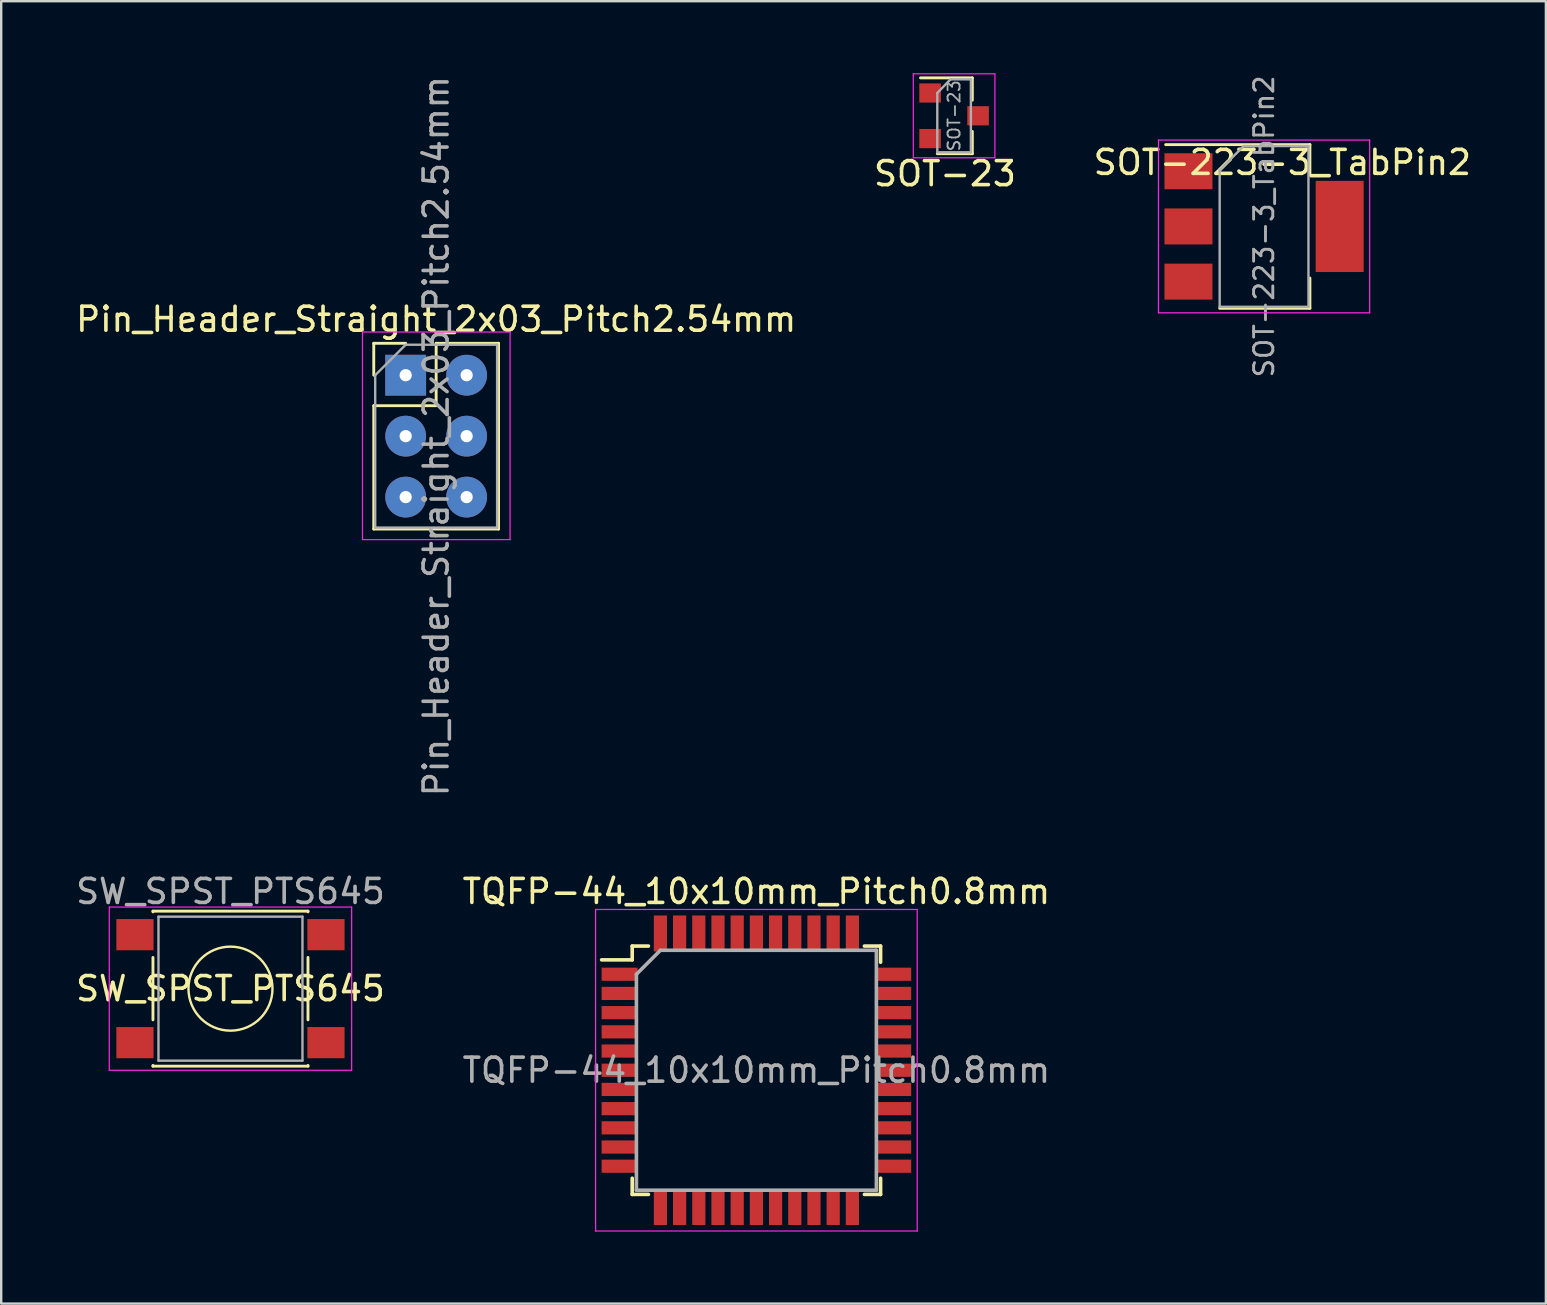
<source format=kicad_pcb>
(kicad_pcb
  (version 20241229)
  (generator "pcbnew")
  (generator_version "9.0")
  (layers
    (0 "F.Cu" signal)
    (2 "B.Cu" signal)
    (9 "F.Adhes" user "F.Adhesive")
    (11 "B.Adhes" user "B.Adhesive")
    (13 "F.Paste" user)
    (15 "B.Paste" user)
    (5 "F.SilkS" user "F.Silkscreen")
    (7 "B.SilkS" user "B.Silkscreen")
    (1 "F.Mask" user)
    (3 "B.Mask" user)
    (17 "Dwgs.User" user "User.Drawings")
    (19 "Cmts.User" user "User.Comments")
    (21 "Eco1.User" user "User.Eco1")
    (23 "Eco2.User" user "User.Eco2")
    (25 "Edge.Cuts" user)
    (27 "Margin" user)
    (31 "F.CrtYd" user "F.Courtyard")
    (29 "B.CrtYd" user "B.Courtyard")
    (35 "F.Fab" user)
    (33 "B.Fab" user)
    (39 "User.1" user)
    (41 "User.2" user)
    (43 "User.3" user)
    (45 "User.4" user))
  (footprint "SOT-23"
    (layer "F.Cu")
    (at 36.708 1.775)
    (property "Reference" "SOT-23" (at -0.381 2.413 0) (layer "F.SilkS") (effects (font (size 1 1) (thickness 0.15))))
    (attr smd)
    (fp_line (start 0.76 -1.58) (end -1.4 -1.58) (stroke (width 0.12) (type solid)) (layer "F.SilkS"))
    (fp_line (start 0.76 -1.58) (end 0.76 -0.65) (stroke (width 0.12) (type solid)) (layer "F.SilkS"))
    (fp_line (start 0.76 1.58) (end -0.7 1.58) (stroke (width 0.12) (type solid)) (layer "F.SilkS"))
    (fp_line (start 0.76 1.58) (end 0.76 0.65) (stroke (width 0.12) (type solid)) (layer "F.SilkS"))
    (fp_line (start -1.7 -1.75) (end 1.7 -1.75) (stroke (width 0.05) (type solid)) (layer "F.CrtYd"))
    (fp_line (start -1.7 1.75) (end -1.7 -1.75) (stroke (width 0.05) (type solid)) (layer "F.CrtYd"))
    (fp_line (start 1.7 -1.75) (end 1.7 1.75) (stroke (width 0.05) (type solid)) (layer "F.CrtYd"))
    (fp_line (start 1.7 1.75) (end -1.7 1.75) (stroke (width 0.05) (type solid)) (layer "F.CrtYd"))
    (fp_line (start -0.7 -0.95) (end -0.7 1.5) (stroke (width 0.1) (type solid)) (layer "F.Fab"))
    (fp_line (start -0.7 -0.95) (end -0.15 -1.52) (stroke (width 0.1) (type solid)) (layer "F.Fab"))
    (fp_line (start -0.7 1.52) (end 0.7 1.52) (stroke (width 0.1) (type solid)) (layer "F.Fab"))
    (fp_line (start -0.15 -1.52) (end 0.7 -1.52) (stroke (width 0.1) (type solid)) (layer "F.Fab"))
    (fp_line (start 0.7 -1.52) (end 0.7 1.52) (stroke (width 0.1) (type solid)) (layer "F.Fab"))
    (fp_text user "${REFERENCE}" (at 0 0 90) (layer "F.Fab") (effects (font (size 0.5 0.5) (thickness 0.075))))
    (pad "1" smd rect (at -1 -0.95) (size 0.9 0.8) (layers "F.Cu" "F.Mask" "F.Paste"))
    (pad "2" smd rect (at -1 0.95) (size 0.9 0.8) (layers "F.Cu" "F.Mask" "F.Paste"))
    (pad "3" smd rect (at 1 0) (size 0.9 0.8) (layers "F.Cu" "F.Mask" "F.Paste")))
  (footprint "TQFP-44_10x10mm_Pitch0.8mm"
    (layer "F.Cu")
    (at 28.47 41.548)
    (property "Reference" "TQFP-44_10x10mm_Pitch0.8mm" (at 0 -7.45 0) (layer "F.SilkS") (effects (font (size 1 1) (thickness 0.15))))
    (attr smd)
    (fp_line (start -5.175 -5.175) (end -5.175 -4.6) (stroke (width 0.15) (type solid)) (layer "F.SilkS"))
    (fp_line (start -5.175 -5.175) (end -4.5 -5.175) (stroke (width 0.15) (type solid)) (layer "F.SilkS"))
    (fp_line (start -5.175 -4.6) (end -6.45 -4.6) (stroke (width 0.15) (type solid)) (layer "F.SilkS"))
    (fp_line (start -5.175 5.175) (end -5.175 4.5) (stroke (width 0.15) (type solid)) (layer "F.SilkS"))
    (fp_line (start -5.175 5.175) (end -4.5 5.175) (stroke (width 0.15) (type solid)) (layer "F.SilkS"))
    (fp_line (start 5.175 -5.175) (end 4.5 -5.175) (stroke (width 0.15) (type solid)) (layer "F.SilkS"))
    (fp_line (start 5.175 -5.175) (end 5.175 -4.5) (stroke (width 0.15) (type solid)) (layer "F.SilkS"))
    (fp_line (start 5.175 5.175) (end 4.5 5.175) (stroke (width 0.15) (type solid)) (layer "F.SilkS"))
    (fp_line (start 5.175 5.175) (end 5.175 4.5) (stroke (width 0.15) (type solid)) (layer "F.SilkS"))
    (fp_line (start -6.7 -6.7) (end -6.7 6.7) (stroke (width 0.05) (type solid)) (layer "F.CrtYd"))
    (fp_line (start -6.7 -6.7) (end 6.7 -6.7) (stroke (width 0.05) (type solid)) (layer "F.CrtYd"))
    (fp_line (start -6.7 6.7) (end 6.7 6.7) (stroke (width 0.05) (type solid)) (layer "F.CrtYd"))
    (fp_line (start 6.7 -6.7) (end 6.7 6.7) (stroke (width 0.05) (type solid)) (layer "F.CrtYd"))
    (fp_line (start -5 -4) (end -4 -5) (stroke (width 0.15) (type solid)) (layer "F.Fab"))
    (fp_line (start -5 5) (end -5 -4) (stroke (width 0.15) (type solid)) (layer "F.Fab"))
    (fp_line (start -4 -5) (end 5 -5) (stroke (width 0.15) (type solid)) (layer "F.Fab"))
    (fp_line (start 5 -5) (end 5 5) (stroke (width 0.15) (type solid)) (layer "F.Fab"))
    (fp_line (start 5 5) (end -5 5) (stroke (width 0.15) (type solid)) (layer "F.Fab"))
    (fp_text user "${REFERENCE}" (at 0 0 0) (layer "F.Fab") (effects (font (size 1 1) (thickness 0.15))))
    (pad "1" smd rect (at -5.7 -4) (size 1.5 0.55) (layers "F.Cu" "F.Mask" "F.Paste"))
    (pad "2" smd rect (at -5.7 -3.2) (size 1.5 0.55) (layers "F.Cu" "F.Mask" "F.Paste"))
    (pad "3" smd rect (at -5.7 -2.4) (size 1.5 0.55) (layers "F.Cu" "F.Mask" "F.Paste"))
    (pad "4" smd rect (at -5.7 -1.6) (size 1.5 0.55) (layers "F.Cu" "F.Mask" "F.Paste"))
    (pad "5" smd rect (at -5.7 -0.8) (size 1.5 0.55) (layers "F.Cu" "F.Mask" "F.Paste"))
    (pad "6" smd rect (at -5.7 0) (size 1.5 0.55) (layers "F.Cu" "F.Mask" "F.Paste"))
    (pad "7" smd rect (at -5.7 0.8) (size 1.5 0.55) (layers "F.Cu" "F.Mask" "F.Paste"))
    (pad "8" smd rect (at -5.7 1.6) (size 1.5 0.55) (layers "F.Cu" "F.Mask" "F.Paste"))
    (pad "9" smd rect (at -5.7 2.4) (size 1.5 0.55) (layers "F.Cu" "F.Mask" "F.Paste"))
    (pad "10" smd rect (at -5.7 3.2) (size 1.5 0.55) (layers "F.Cu" "F.Mask" "F.Paste"))
    (pad "11" smd rect (at -5.7 4) (size 1.5 0.55) (layers "F.Cu" "F.Mask" "F.Paste"))
    (pad "12" smd rect (at -4 5.7 90) (size 1.5 0.55) (layers "F.Cu" "F.Mask" "F.Paste"))
    (pad "13" smd rect (at -3.2 5.7 90) (size 1.5 0.55) (layers "F.Cu" "F.Mask" "F.Paste"))
    (pad "14" smd rect (at -2.4 5.7 90) (size 1.5 0.55) (layers "F.Cu" "F.Mask" "F.Paste"))
    (pad "15" smd rect (at -1.6 5.7 90) (size 1.5 0.55) (layers "F.Cu" "F.Mask" "F.Paste"))
    (pad "16" smd rect (at -0.8 5.7 90) (size 1.5 0.55) (layers "F.Cu" "F.Mask" "F.Paste"))
    (pad "17" smd rect (at 0 5.7 90) (size 1.5 0.55) (layers "F.Cu" "F.Mask" "F.Paste"))
    (pad "18" smd rect (at 0.8 5.7 90) (size 1.5 0.55) (layers "F.Cu" "F.Mask" "F.Paste"))
    (pad "19" smd rect (at 1.6 5.7 90) (size 1.5 0.55) (layers "F.Cu" "F.Mask" "F.Paste"))
    (pad "20" smd rect (at 2.4 5.7 90) (size 1.5 0.55) (layers "F.Cu" "F.Mask" "F.Paste"))
    (pad "21" smd rect (at 3.2 5.7 90) (size 1.5 0.55) (layers "F.Cu" "F.Mask" "F.Paste"))
    (pad "22" smd rect (at 4 5.7 90) (size 1.5 0.55) (layers "F.Cu" "F.Mask" "F.Paste"))
    (pad "23" smd rect (at 5.7 4) (size 1.5 0.55) (layers "F.Cu" "F.Mask" "F.Paste"))
    (pad "24" smd rect (at 5.7 3.2) (size 1.5 0.55) (layers "F.Cu" "F.Mask" "F.Paste"))
    (pad "25" smd rect (at 5.7 2.4) (size 1.5 0.55) (layers "F.Cu" "F.Mask" "F.Paste"))
    (pad "26" smd rect (at 5.7 1.6) (size 1.5 0.55) (layers "F.Cu" "F.Mask" "F.Paste"))
    (pad "27" smd rect (at 5.7 0.8) (size 1.5 0.55) (layers "F.Cu" "F.Mask" "F.Paste"))
    (pad "28" smd rect (at 5.7 0) (size 1.5 0.55) (layers "F.Cu" "F.Mask" "F.Paste"))
    (pad "29" smd rect (at 5.7 -0.8) (size 1.5 0.55) (layers "F.Cu" "F.Mask" "F.Paste"))
    (pad "30" smd rect (at 5.7 -1.6) (size 1.5 0.55) (layers "F.Cu" "F.Mask" "F.Paste"))
    (pad "31" smd rect (at 5.7 -2.4) (size 1.5 0.55) (layers "F.Cu" "F.Mask" "F.Paste"))
    (pad "32" smd rect (at 5.7 -3.2) (size 1.5 0.55) (layers "F.Cu" "F.Mask" "F.Paste"))
    (pad "33" smd rect (at 5.7 -4) (size 1.5 0.55) (layers "F.Cu" "F.Mask" "F.Paste"))
    (pad "34" smd rect (at 4 -5.7 90) (size 1.5 0.55) (layers "F.Cu" "F.Mask" "F.Paste"))
    (pad "35" smd rect (at 3.2 -5.7 90) (size 1.5 0.55) (layers "F.Cu" "F.Mask" "F.Paste"))
    (pad "36" smd rect (at 2.4 -5.7 90) (size 1.5 0.55) (layers "F.Cu" "F.Mask" "F.Paste"))
    (pad "37" smd rect (at 1.6 -5.7 90) (size 1.5 0.55) (layers "F.Cu" "F.Mask" "F.Paste"))
    (pad "38" smd rect (at 0.8 -5.7 90) (size 1.5 0.55) (layers "F.Cu" "F.Mask" "F.Paste"))
    (pad "39" smd rect (at 0 -5.7 90) (size 1.5 0.55) (layers "F.Cu" "F.Mask" "F.Paste"))
    (pad "40" smd rect (at -0.8 -5.7 90) (size 1.5 0.55) (layers "F.Cu" "F.Mask" "F.Paste"))
    (pad "41" smd rect (at -1.6 -5.7 90) (size 1.5 0.55) (layers "F.Cu" "F.Mask" "F.Paste"))
    (pad "42" smd rect (at -2.4 -5.7 90) (size 1.5 0.55) (layers "F.Cu" "F.Mask" "F.Paste"))
    (pad "43" smd rect (at -3.2 -5.7 90) (size 1.5 0.55) (layers "F.Cu" "F.Mask" "F.Paste"))
    (pad "44" smd rect (at -4 -5.7 90) (size 1.5 0.55) (layers "F.Cu" "F.Mask" "F.Paste")))
  (footprint "Pin_Header_Straight_2x03_Pitch2.54mm"
    (layer "F.Cu")
    (at 13.855 12.585)
    (property "Reference" "Pin_Header_Straight_2x03_Pitch2.54mm" (at 1.27 -2.33 0) (layer "F.SilkS") (effects (font (size 1 1) (thickness 0.15))))
    (attr through_hole)
    (fp_line (start -1.33 -1.33) (end 0 -1.33) (stroke (width 0.12) (type solid)) (layer "F.SilkS"))
    (fp_line (start -1.33 0) (end -1.33 -1.33) (stroke (width 0.12) (type solid)) (layer "F.SilkS"))
    (fp_line (start -1.33 1.27) (end -1.33 6.41) (stroke (width 0.12) (type solid)) (layer "F.SilkS"))
    (fp_line (start -1.33 1.27) (end 1.27 1.27) (stroke (width 0.12) (type solid)) (layer "F.SilkS"))
    (fp_line (start -1.33 6.41) (end 3.87 6.41) (stroke (width 0.12) (type solid)) (layer "F.SilkS"))
    (fp_line (start 1.27 -1.33) (end 3.87 -1.33) (stroke (width 0.12) (type solid)) (layer "F.SilkS"))
    (fp_line (start 1.27 1.27) (end 1.27 -1.33) (stroke (width 0.12) (type solid)) (layer "F.SilkS"))
    (fp_line (start 3.87 -1.33) (end 3.87 6.41) (stroke (width 0.12) (type solid)) (layer "F.SilkS"))
    (fp_line (start -1.8 -1.8) (end -1.8 6.85) (stroke (width 0.05) (type solid)) (layer "F.CrtYd"))
    (fp_line (start -1.8 6.85) (end 4.35 6.85) (stroke (width 0.05) (type solid)) (layer "F.CrtYd"))
    (fp_line (start 4.35 -1.8) (end -1.8 -1.8) (stroke (width 0.05) (type solid)) (layer "F.CrtYd"))
    (fp_line (start 4.35 6.85) (end 4.35 -1.8) (stroke (width 0.05) (type solid)) (layer "F.CrtYd"))
    (fp_line (start -1.27 0) (end 0 -1.27) (stroke (width 0.1) (type solid)) (layer "F.Fab"))
    (fp_line (start -1.27 6.35) (end -1.27 0) (stroke (width 0.1) (type solid)) (layer "F.Fab"))
    (fp_line (start 0 -1.27) (end 3.81 -1.27) (stroke (width 0.1) (type solid)) (layer "F.Fab"))
    (fp_line (start 3.81 -1.27) (end 3.81 6.35) (stroke (width 0.1) (type solid)) (layer "F.Fab"))
    (fp_line (start 3.81 6.35) (end -1.27 6.35) (stroke (width 0.1) (type solid)) (layer "F.Fab"))
    (fp_text user "${REFERENCE}" (at 1.27 2.54 90) (layer "F.Fab") (effects (font (size 1 1) (thickness 0.15))))
    (pad "1" thru_hole rect (at 0 0) (size 1.7 1.7) (drill 0.508) (layers "*.Cu" "F.Mask"))
    (pad "2" thru_hole oval (at 2.54 0) (size 1.7 1.7) (drill 0.508) (layers "*.Cu" "F.Mask"))
    (pad "3" thru_hole oval (at 0 2.54) (size 1.7 1.7) (drill 0.508) (layers "*.Cu" "F.Mask"))
    (pad "4" thru_hole oval (at 2.54 2.54) (size 1.7 1.7) (drill 0.508) (layers "*.Cu" "F.Mask"))
    (pad "5" thru_hole oval (at 0 5.08) (size 1.7 1.7) (drill 0.508) (layers "*.Cu" "F.Mask"))
    (pad "6" thru_hole oval (at 2.54 5.08) (size 1.7 1.7) (drill 0.508) (layers "*.Cu" "F.Mask")))
  (footprint "SOT-223-3_TabPin2"
    (layer "F.Cu")
    (at 49.625 6.386)
    (property "Reference" "SOT-223-3_TabPin2" (at 0.762 -2.667 0) (layer "F.SilkS") (effects (font (size 1 1) (thickness 0.15))))
    (attr smd)
    (fp_line (start -4.1 -3.41) (end 1.91 -3.41) (stroke (width 0.12) (type solid)) (layer "F.SilkS"))
    (fp_line (start -1.85 3.41) (end 1.91 3.41) (stroke (width 0.12) (type solid)) (layer "F.SilkS"))
    (fp_line (start 1.91 -3.41) (end 1.91 -2.15) (stroke (width 0.12) (type solid)) (layer "F.SilkS"))
    (fp_line (start 1.91 3.41) (end 1.91 2.15) (stroke (width 0.12) (type solid)) (layer "F.SilkS"))
    (fp_line (start -4.4 -3.6) (end -4.4 3.6) (stroke (width 0.05) (type solid)) (layer "F.CrtYd"))
    (fp_line (start -4.4 3.6) (end 4.4 3.6) (stroke (width 0.05) (type solid)) (layer "F.CrtYd"))
    (fp_line (start 4.4 -3.6) (end -4.4 -3.6) (stroke (width 0.05) (type solid)) (layer "F.CrtYd"))
    (fp_line (start 4.4 3.6) (end 4.4 -3.6) (stroke (width 0.05) (type solid)) (layer "F.CrtYd"))
    (fp_line (start -1.85 -2.35) (end -1.85 3.35) (stroke (width 0.1) (type solid)) (layer "F.Fab"))
    (fp_line (start -1.85 -2.35) (end -0.85 -3.35) (stroke (width 0.1) (type solid)) (layer "F.Fab"))
    (fp_line (start -1.85 3.35) (end 1.85 3.35) (stroke (width 0.1) (type solid)) (layer "F.Fab"))
    (fp_line (start -0.85 -3.35) (end 1.85 -3.35) (stroke (width 0.1) (type solid)) (layer "F.Fab"))
    (fp_line (start 1.85 -3.35) (end 1.85 3.35) (stroke (width 0.1) (type solid)) (layer "F.Fab"))
    (fp_text user "${REFERENCE}" (at 0 0 90) (layer "F.Fab") (effects (font (size 0.8 0.8) (thickness 0.12))))
    (pad "1" smd rect (at -3.15 -2.3) (size 2 1.5) (layers "F.Cu" "F.Mask" "F.Paste"))
    (pad "2" smd rect (at -3.15 0) (size 2 1.5) (layers "F.Cu" "F.Mask" "F.Paste"))
    (pad "2" smd rect (at 3.15 0) (size 2 3.8) (layers "F.Cu" "F.Mask" "F.Paste"))
    (pad "3" smd rect (at -3.15 2.3) (size 2 1.5) (layers "F.Cu" "F.Mask" "F.Paste")))
  (footprint "SW_SPST_PTS645"
    (layer "F.Cu")
    (at 6.554 38.148)
    (property "Reference" "SW_SPST_PTS645" (at 0 0 0) (layer "F.SilkS") (effects (font (size 1 1) (thickness 0.15))))
    (attr smd)
    (fp_line (start -3.23 -3.23) (end 3.23 -3.23) (stroke (width 0.12) (type solid)) (layer "F.SilkS"))
    (fp_line (start -3.23 -3.2) (end -3.23 -3.23) (stroke (width 0.12) (type solid)) (layer "F.SilkS"))
    (fp_line (start -3.23 -1.3) (end -3.23 1.3) (stroke (width 0.12) (type solid)) (layer "F.SilkS"))
    (fp_line (start -3.23 3.23) (end -3.23 3.2) (stroke (width 0.12) (type solid)) (layer "F.SilkS"))
    (fp_line (start -3.23 3.23) (end 3.23 3.23) (stroke (width 0.12) (type solid)) (layer "F.SilkS"))
    (fp_line (start 3.23 -3.23) (end 3.23 -3.2) (stroke (width 0.12) (type solid)) (layer "F.SilkS"))
    (fp_line (start 3.23 -1.3) (end 3.23 1.3) (stroke (width 0.12) (type solid)) (layer "F.SilkS"))
    (fp_line (start 3.23 3.23) (end 3.23 3.2) (stroke (width 0.12) (type solid)) (layer "F.SilkS"))
    (fp_circle (center 0 0) (end 1.75 -0.05) (stroke (width 0.1) (type solid)) (fill no) (layer "F.SilkS"))
    (fp_line (start -5.05 -3.4) (end -5.05 3.4) (stroke (width 0.05) (type solid)) (layer "F.CrtYd"))
    (fp_line (start -5.05 -3.4) (end 5.05 -3.4) (stroke (width 0.05) (type solid)) (layer "F.CrtYd"))
    (fp_line (start -5.05 3.4) (end 5.05 3.4) (stroke (width 0.05) (type solid)) (layer "F.CrtYd"))
    (fp_line (start 5.05 3.4) (end 5.05 -3.4) (stroke (width 0.05) (type solid)) (layer "F.CrtYd"))
    (fp_line (start -3 -3) (end -3 3) (stroke (width 0.1) (type solid)) (layer "F.Fab"))
    (fp_line (start -3 3) (end 3 3) (stroke (width 0.1) (type solid)) (layer "F.Fab"))
    (fp_line (start 3 -3) (end -3 -3) (stroke (width 0.1) (type solid)) (layer "F.Fab"))
    (fp_line (start 3 3) (end 3 -3) (stroke (width 0.1) (type solid)) (layer "F.Fab"))
    (fp_text user "${REFERENCE}" (at 0 -4.05 0) (layer "F.Fab") (effects (font (size 1 1) (thickness 0.15))))
    (pad "1" smd rect (at -3.98 -2.25) (size 1.55 1.3) (layers "F.Cu" "F.Mask" "F.Paste"))
    (pad "1" smd rect (at 3.98 -2.25) (size 1.55 1.3) (layers "F.Cu" "F.Mask" "F.Paste"))
    (pad "2" smd rect (at -3.98 2.25) (size 1.55 1.3) (layers "F.Cu" "F.Mask" "F.Paste"))
    (pad "2" smd rect (at 3.98 2.25) (size 1.55 1.3) (layers "F.Cu" "F.Mask" "F.Paste")))
  (gr_rect
    (start -3 -3)
    (end 61.369 51.273)
    (stroke (width 0.1) (type default))
    (fill no)
    (layer "Edge.Cuts")))
</source>
